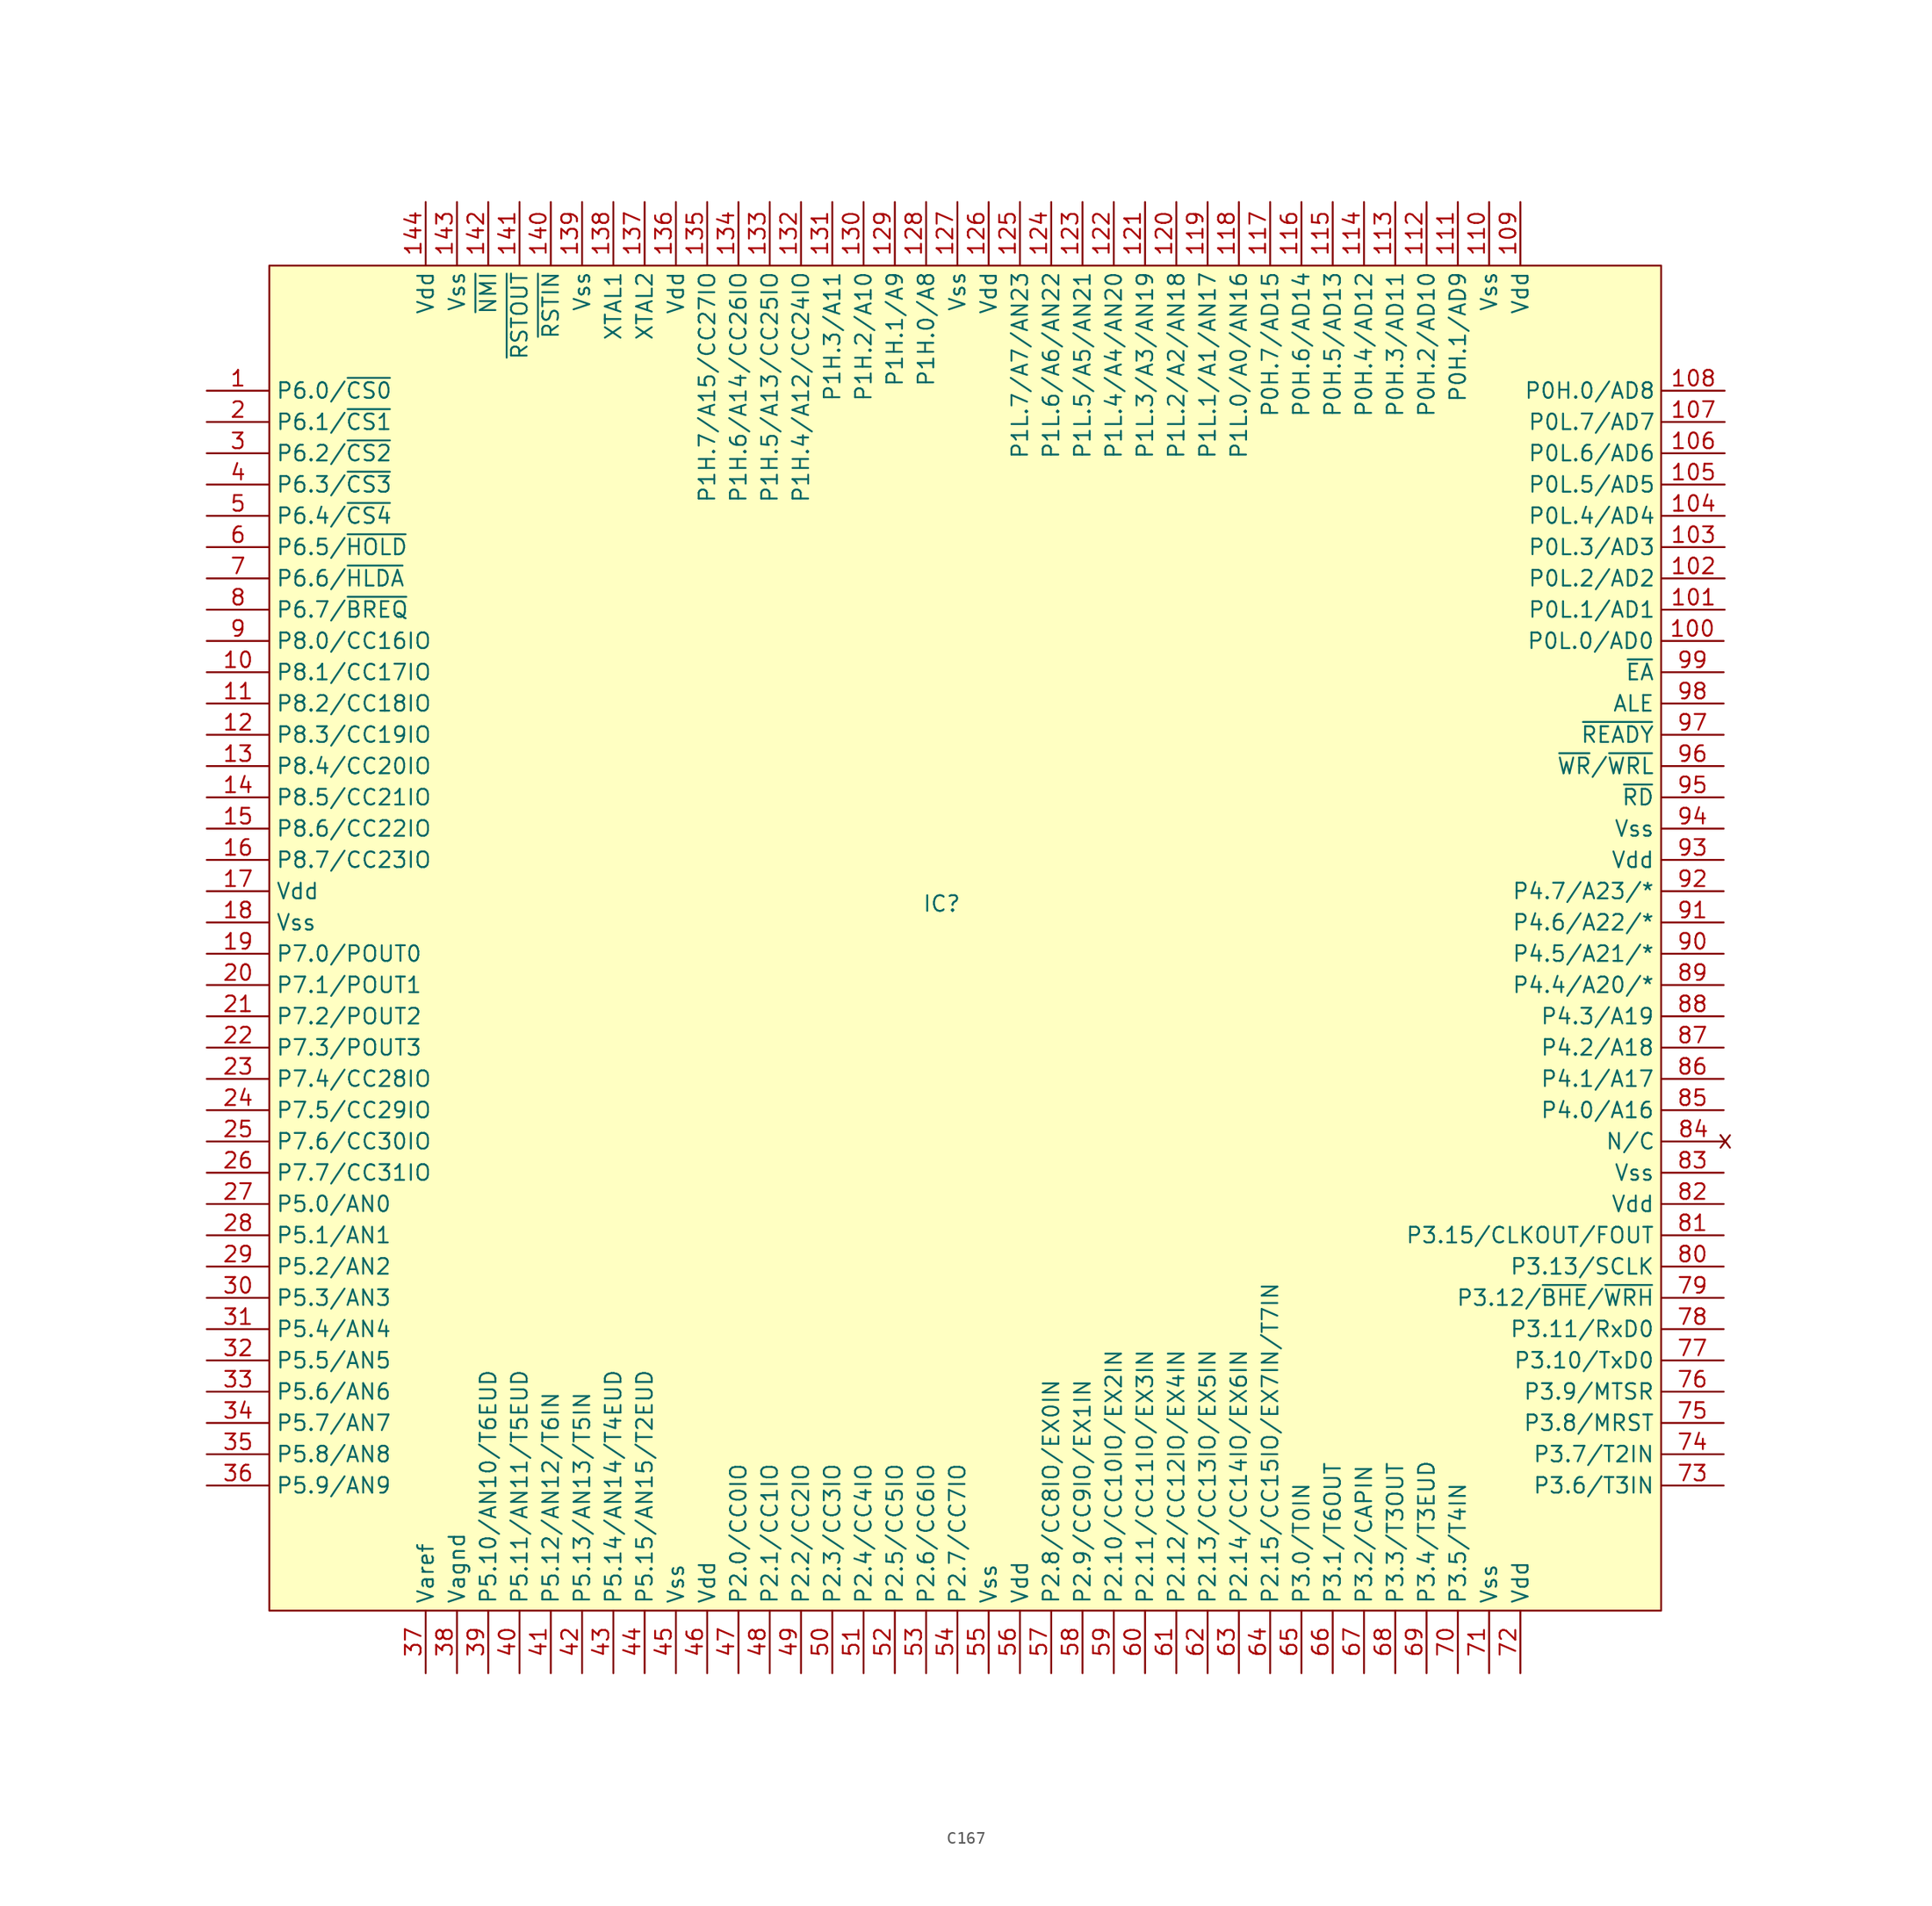
<source format=kicad_sym>
(kicad_symbol_lib
  (version 20241209)
  (generator "kicad_symbol_editor")
  (generator_version "9.0")
  (symbol "C167"
    (property "Reference" "IC"
      (at 39.37 -17.526 0)
      (effects (font (size 1.27 1.27))))
    (property "Value" ""
      (at 0 0 0)
      (effects (font (size 1.27 1.27))))
    (symbol "C167_0_1"
      (polyline (pts (xy 102.616 -36.322) (xy 102.616 -36.322)) (stroke (width 0) (type default)) (fill (type none)))
      (polyline (pts (xy 102.616 -36.322) (xy 103.378 -37.338)) (stroke (width 0) (type default)) (fill (type none)))
      (polyline (pts (xy 103.378 -36.322) (xy 102.616 -37.338)) (stroke (width 0) (type default)) (fill (type none))))
    (symbol "C167_1_1"
      (rectangle (start -15.24 34.29) (end 97.79 -74.93) (stroke (width 0) (type solid)) (fill (type color) (color 255 255 194 1)))
      (pin bidirectional line (at -20.32 24.13 0) (length 5.08) (name "P6.0/~{CS0}" (effects (font (size 1.27 1.27)))) (number "1" (effects (font (size 1.27 1.27)))))
      (pin bidirectional line (at -20.32 21.59 0) (length 5.08) (name "P6.1/~{CS1}" (effects (font (size 1.27 1.27)))) (number "2" (effects (font (size 1.27 1.27)))))
      (pin bidirectional line (at -20.32 19.05 0) (length 5.08) (name "P6.2/~{CS2}" (effects (font (size 1.27 1.27)))) (number "3" (effects (font (size 1.27 1.27)))))
      (pin bidirectional line (at -20.32 16.51 0) (length 5.08) (name "P6.3/~{CS3}" (effects (font (size 1.27 1.27)))) (number "4" (effects (font (size 1.27 1.27)))))
      (pin bidirectional line (at -20.32 13.97 0) (length 5.08) (name "P6.4/~{CS4}" (effects (font (size 1.27 1.27)))) (number "5" (effects (font (size 1.27 1.27)))))
      (pin bidirectional line (at -20.32 11.43 0) (length 5.08) (name "P6.5/~{HOLD}" (effects (font (size 1.27 1.27)))) (number "6" (effects (font (size 1.27 1.27)))))
      (pin bidirectional line (at -20.32 8.89 0) (length 5.08) (name "P6.6/~{HLDA}" (effects (font (size 1.27 1.27)))) (number "7" (effects (font (size 1.27 1.27)))))
      (pin bidirectional line (at -20.32 6.35 0) (length 5.08) (name "P6.7/~{BREQ}" (effects (font (size 1.27 1.27)))) (number "8" (effects (font (size 1.27 1.27)))))
      (pin bidirectional line (at -20.32 3.81 0) (length 5.08) (name "P8.0/CC16IO" (effects (font (size 1.27 1.27)))) (number "9" (effects (font (size 1.27 1.27)))))
      (pin bidirectional line (at -20.32 1.27 0) (length 5.08) (name "P8.1/CC17IO" (effects (font (size 1.27 1.27)))) (number "10" (effects (font (size 1.27 1.27)))))
      (pin bidirectional line (at -20.32 -1.27 0) (length 5.08) (name "P8.2/CC18IO" (effects (font (size 1.27 1.27)))) (number "11" (effects (font (size 1.27 1.27)))))
      (pin bidirectional line (at -20.32 -3.81 0) (length 5.08) (name "P8.3/CC19IO" (effects (font (size 1.27 1.27)))) (number "12" (effects (font (size 1.27 1.27)))))
      (pin bidirectional line (at -20.32 -6.35 0) (length 5.08) (name "P8.4/CC20IO" (effects (font (size 1.27 1.27)))) (number "13" (effects (font (size 1.27 1.27)))))
      (pin bidirectional line (at -20.32 -8.89 0) (length 5.08) (name "P8.5/CC21IO" (effects (font (size 1.27 1.27)))) (number "14" (effects (font (size 1.27 1.27)))))
      (pin bidirectional line (at -20.32 -11.43 0) (length 5.08) (name "P8.6/CC22IO" (effects (font (size 1.27 1.27)))) (number "15" (effects (font (size 1.27 1.27)))))
      (pin bidirectional line (at -20.32 -13.97 0) (length 5.08) (name "P8.7/CC23IO" (effects (font (size 1.27 1.27)))) (number "16" (effects (font (size 1.27 1.27)))))
      (pin bidirectional line (at -20.32 -16.51 0) (length 5.08) (name "Vdd" (effects (font (size 1.27 1.27)))) (number "17" (effects (font (size 1.27 1.27)))))
      (pin bidirectional line (at -20.32 -19.05 0) (length 5.08) (name "Vss" (effects (font (size 1.27 1.27)))) (number "18" (effects (font (size 1.27 1.27)))))
      (pin bidirectional line (at -20.32 -21.59 0) (length 5.08) (name "P7.0/POUT0" (effects (font (size 1.27 1.27)))) (number "19" (effects (font (size 1.27 1.27)))))
      (pin bidirectional line (at -20.32 -24.13 0) (length 5.08) (name "P7.1/POUT1" (effects (font (size 1.27 1.27)))) (number "20" (effects (font (size 1.27 1.27)))))
      (pin bidirectional line (at -20.32 -26.67 0) (length 5.08) (name "P7.2/POUT2" (effects (font (size 1.27 1.27)))) (number "21" (effects (font (size 1.27 1.27)))))
      (pin bidirectional line (at -20.32 -29.21 0) (length 5.08) (name "P7.3/POUT3" (effects (font (size 1.27 1.27)))) (number "22" (effects (font (size 1.27 1.27)))))
      (pin bidirectional line (at -20.32 -31.75 0) (length 5.08) (name "P7.4/CC28IO" (effects (font (size 1.27 1.27)))) (number "23" (effects (font (size 1.27 1.27)))))
      (pin bidirectional line (at -20.32 -34.29 0) (length 5.08) (name "P7.5/CC29IO" (effects (font (size 1.27 1.27)))) (number "24" (effects (font (size 1.27 1.27)))))
      (pin bidirectional line (at -20.32 -36.83 0) (length 5.08) (name "P7.6/CC30IO" (effects (font (size 1.27 1.27)))) (number "25" (effects (font (size 1.27 1.27)))))
      (pin bidirectional line (at -20.32 -39.37 0) (length 5.08) (name "P7.7/CC31IO" (effects (font (size 1.27 1.27)))) (number "26" (effects (font (size 1.27 1.27)))))
      (pin bidirectional line (at -20.32 -41.91 0) (length 5.08) (name "P5.0/AN0" (effects (font (size 1.27 1.27)))) (number "27" (effects (font (size 1.27 1.27)))))
      (pin bidirectional line (at -20.32 -44.45 0) (length 5.08) (name "P5.1/AN1" (effects (font (size 1.27 1.27)))) (number "28" (effects (font (size 1.27 1.27)))))
      (pin bidirectional line (at -20.32 -46.99 0) (length 5.08) (name "P5.2/AN2" (effects (font (size 1.27 1.27)))) (number "29" (effects (font (size 1.27 1.27)))))
      (pin bidirectional line (at -20.32 -49.53 0) (length 5.08) (name "P5.3/AN3" (effects (font (size 1.27 1.27)))) (number "30" (effects (font (size 1.27 1.27)))))
      (pin bidirectional line (at -20.32 -52.07 0) (length 5.08) (name "P5.4/AN4" (effects (font (size 1.27 1.27)))) (number "31" (effects (font (size 1.27 1.27)))))
      (pin bidirectional line (at -20.32 -54.61 0) (length 5.08) (name "P5.5/AN5" (effects (font (size 1.27 1.27)))) (number "32" (effects (font (size 1.27 1.27)))))
      (pin bidirectional line (at -20.32 -57.15 0) (length 5.08) (name "P5.6/AN6" (effects (font (size 1.27 1.27)))) (number "33" (effects (font (size 1.27 1.27)))))
      (pin bidirectional line (at -20.32 -59.69 0) (length 5.08) (name "P5.7/AN7" (effects (font (size 1.27 1.27)))) (number "34" (effects (font (size 1.27 1.27)))))
      (pin bidirectional line (at -20.32 -62.23 0) (length 5.08) (name "P5.8/AN8" (effects (font (size 1.27 1.27)))) (number "35" (effects (font (size 1.27 1.27)))))
      (pin bidirectional line (at -20.32 -64.77 0) (length 5.08) (name "P5.9/AN9" (effects (font (size 1.27 1.27)))) (number "36" (effects (font (size 1.27 1.27)))))
      (pin bidirectional line (at -2.54 39.45 270) (length 5.08) (name "Vdd" (effects (font (size 1.27 1.27)))) (number "144" (effects (font (size 1.27 1.27)))))
      (pin bidirectional line (at -2.54 -80.01 90) (length 5.08) (name "Varef" (effects (font (size 1.27 1.27)))) (number "37" (effects (font (size 1.27 1.27)))))
      (pin bidirectional line (at 0 39.45 270) (length 5.08) (name "Vss" (effects (font (size 1.27 1.27)))) (number "143" (effects (font (size 1.27 1.27)))))
      (pin bidirectional line (at 0 -80.01 90) (length 5.08) (name "Vagnd" (effects (font (size 1.27 1.27)))) (number "38" (effects (font (size 1.27 1.27)))))
      (pin bidirectional line (at 2.54 39.45 270) (length 5.08) (name "~{NMI}" (effects (font (size 1.27 1.27)))) (number "142" (effects (font (size 1.27 1.27)))))
      (pin bidirectional line (at 2.54 -80.01 90) (length 5.08) (name "P5.10/AN10/T6EUD" (effects (font (size 1.27 1.27)))) (number "39" (effects (font (size 1.27 1.27)))))
      (pin bidirectional line (at 5.08 39.45 270) (length 5.08) (name "~{RSTOUT}" (effects (font (size 1.27 1.27)))) (number "141" (effects (font (size 1.27 1.27)))))
      (pin bidirectional line (at 5.08 -80.01 90) (length 5.08) (name "P5.11/AN11/T5EUD" (effects (font (size 1.27 1.27)))) (number "40" (effects (font (size 1.27 1.27)))))
      (pin bidirectional line (at 7.62 39.45 270) (length 5.08) (name "~{RSTIN}" (effects (font (size 1.27 1.27)))) (number "140" (effects (font (size 1.27 1.27)))))
      (pin bidirectional line (at 7.62 -80.01 90) (length 5.08) (name "P5.12/AN12/T6IN" (effects (font (size 1.27 1.27)))) (number "41" (effects (font (size 1.27 1.27)))))
      (pin bidirectional line (at 10.16 39.45 270) (length 5.08) (name "Vss" (effects (font (size 1.27 1.27)))) (number "139" (effects (font (size 1.27 1.27)))))
      (pin bidirectional line (at 10.16 -80.01 90) (length 5.08) (name "P5.13/AN13/T5IN" (effects (font (size 1.27 1.27)))) (number "42" (effects (font (size 1.27 1.27)))))
      (pin bidirectional line (at 12.7 39.45 270) (length 5.08) (name "XTAL1" (effects (font (size 1.27 1.27)))) (number "138" (effects (font (size 1.27 1.27)))))
      (pin bidirectional line (at 12.7 -80.01 90) (length 5.08) (name "P5.14/AN14/T4EUD" (effects (font (size 1.27 1.27)))) (number "43" (effects (font (size 1.27 1.27)))))
      (pin bidirectional line (at 15.24 39.45 270) (length 5.08) (name "XTAL2" (effects (font (size 1.27 1.27)))) (number "137" (effects (font (size 1.27 1.27)))))
      (pin bidirectional line (at 15.24 -80.01 90) (length 5.08) (name "P5.15/AN15/T2EUD" (effects (font (size 1.27 1.27)))) (number "44" (effects (font (size 1.27 1.27)))))
      (pin bidirectional line (at 17.78 39.45 270) (length 5.08) (name "Vdd" (effects (font (size 1.27 1.27)))) (number "136" (effects (font (size 1.27 1.27)))))
      (pin bidirectional line (at 17.78 -80.01 90) (length 5.08) (name "Vss" (effects (font (size 1.27 1.27)))) (number "45" (effects (font (size 1.27 1.27)))))
      (pin bidirectional line (at 20.32 39.45 270) (length 5.08) (name "P1H.7/A15/CC27IO" (effects (font (size 1.27 1.27)))) (number "135" (effects (font (size 1.27 1.27)))))
      (pin bidirectional line (at 20.32 -80.01 90) (length 5.08) (name "Vdd" (effects (font (size 1.27 1.27)))) (number "46" (effects (font (size 1.27 1.27)))))
      (pin bidirectional line (at 22.86 39.45 270) (length 5.08) (name "P1H.6/A14/CC26IO" (effects (font (size 1.27 1.27)))) (number "134" (effects (font (size 1.27 1.27)))))
      (pin bidirectional line (at 22.86 -80.01 90) (length 5.08) (name "P2.0/CC0IO" (effects (font (size 1.27 1.27)))) (number "47" (effects (font (size 1.27 1.27)))))
      (pin bidirectional line (at 25.4 39.45 270) (length 5.08) (name "P1H.5/A13/CC25IO" (effects (font (size 1.27 1.27)))) (number "133" (effects (font (size 1.27 1.27)))))
      (pin bidirectional line (at 25.4 -80.01 90) (length 5.08) (name "P2.1/CC1IO" (effects (font (size 1.27 1.27)))) (number "48" (effects (font (size 1.27 1.27)))))
      (pin bidirectional line (at 27.94 39.45 270) (length 5.08) (name "P1H.4/A12/CC24IO" (effects (font (size 1.27 1.27)))) (number "132" (effects (font (size 1.27 1.27)))))
      (pin bidirectional line (at 27.94 -80.01 90) (length 5.08) (name "P2.2/CC2IO" (effects (font (size 1.27 1.27)))) (number "49" (effects (font (size 1.27 1.27)))))
      (pin bidirectional line (at 30.48 39.45 270) (length 5.08) (name "P1H.3/A11" (effects (font (size 1.27 1.27)))) (number "131" (effects (font (size 1.27 1.27)))))
      (pin bidirectional line (at 30.48 -80.01 90) (length 5.08) (name "P2.3/CC3IO" (effects (font (size 1.27 1.27)))) (number "50" (effects (font (size 1.27 1.27)))))
      (pin bidirectional line (at 33.02 39.45 270) (length 5.08) (name "P1H.2/A10" (effects (font (size 1.27 1.27)))) (number "130" (effects (font (size 1.27 1.27)))))
      (pin bidirectional line (at 33.02 -80.01 90) (length 5.08) (name "P2.4/CC4IO" (effects (font (size 1.27 1.27)))) (number "51" (effects (font (size 1.27 1.27)))))
      (pin bidirectional line (at 35.56 39.45 270) (length 5.08) (name "P1H.1/A9" (effects (font (size 1.27 1.27)))) (number "129" (effects (font (size 1.27 1.27)))))
      (pin bidirectional line (at 35.56 -80.01 90) (length 5.08) (name "P2.5/CC5IO" (effects (font (size 1.27 1.27)))) (number "52" (effects (font (size 1.27 1.27)))))
      (pin bidirectional line (at 38.1 39.45 270) (length 5.08) (name "P1H.0/A8" (effects (font (size 1.27 1.27)))) (number "128" (effects (font (size 1.27 1.27)))))
      (pin bidirectional line (at 38.1 -80.01 90) (length 5.08) (name "P2.6/CC6IO" (effects (font (size 1.27 1.27)))) (number "53" (effects (font (size 1.27 1.27)))))
      (pin bidirectional line (at 40.64 39.45 270) (length 5.08) (name "Vss" (effects (font (size 1.27 1.27)))) (number "127" (effects (font (size 1.27 1.27)))))
      (pin bidirectional line (at 40.64 -80.01 90) (length 5.08) (name "P2.7/CC7IO" (effects (font (size 1.27 1.27)))) (number "54" (effects (font (size 1.27 1.27)))))
      (pin bidirectional line (at 43.18 39.45 270) (length 5.08) (name "Vdd" (effects (font (size 1.27 1.27)))) (number "126" (effects (font (size 1.27 1.27)))))
      (pin bidirectional line (at 43.18 -80.01 90) (length 5.08) (name "Vss" (effects (font (size 1.27 1.27)))) (number "55" (effects (font (size 1.27 1.27)))))
      (pin bidirectional line (at 45.72 39.45 270) (length 5.08) (name "P1L.7/A7/AN23" (effects (font (size 1.27 1.27)))) (number "125" (effects (font (size 1.27 1.27)))))
      (pin bidirectional line (at 45.72 -80.01 90) (length 5.08) (name "Vdd" (effects (font (size 1.27 1.27)))) (number "56" (effects (font (size 1.27 1.27)))))
      (pin bidirectional line (at 48.26 39.45 270) (length 5.08) (name "P1L.6/A6/AN22" (effects (font (size 1.27 1.27)))) (number "124" (effects (font (size 1.27 1.27)))))
      (pin bidirectional line (at 48.26 -80.01 90) (length 5.08) (name "P2.8/CC8IO/EX0IN" (effects (font (size 1.27 1.27)))) (number "57" (effects (font (size 1.27 1.27)))))
      (pin bidirectional line (at 50.8 39.45 270) (length 5.08) (name "P1L.5/A5/AN21" (effects (font (size 1.27 1.27)))) (number "123" (effects (font (size 1.27 1.27)))))
      (pin bidirectional line (at 50.8 -80.01 90) (length 5.08) (name "P2.9/CC9IO/EX1IN" (effects (font (size 1.27 1.27)))) (number "58" (effects (font (size 1.27 1.27)))))
      (pin bidirectional line (at 53.34 39.45 270) (length 5.08) (name "P1L.4/A4/AN20" (effects (font (size 1.27 1.27)))) (number "122" (effects (font (size 1.27 1.27)))))
      (pin bidirectional line (at 53.34 -80.01 90) (length 5.08) (name "P2.10/CC10IO/EX2IN" (effects (font (size 1.27 1.27)))) (number "59" (effects (font (size 1.27 1.27)))))
      (pin bidirectional line (at 55.88 39.45 270) (length 5.08) (name "P1L.3/A3/AN19" (effects (font (size 1.27 1.27)))) (number "121" (effects (font (size 1.27 1.27)))))
      (pin bidirectional line (at 55.88 -80.01 90) (length 5.08) (name "P2.11/CC11IO/EX3IN" (effects (font (size 1.27 1.27)))) (number "60" (effects (font (size 1.27 1.27)))))
      (pin bidirectional line (at 58.42 39.45 270) (length 5.08) (name "P1L.2/A2/AN18" (effects (font (size 1.27 1.27)))) (number "120" (effects (font (size 1.27 1.27)))))
      (pin bidirectional line (at 58.42 -80.01 90) (length 5.08) (name "P2.12/CC12IO/EX4IN" (effects (font (size 1.27 1.27)))) (number "61" (effects (font (size 1.27 1.27)))))
      (pin bidirectional line (at 60.96 39.45 270) (length 5.08) (name "P1L.1/A1/AN17" (effects (font (size 1.27 1.27)))) (number "119" (effects (font (size 1.27 1.27)))))
      (pin bidirectional line (at 60.96 -80.01 90) (length 5.08) (name "P2.13/CC13IO/EX5IN" (effects (font (size 1.27 1.27)))) (number "62" (effects (font (size 1.27 1.27)))))
      (pin bidirectional line (at 63.5 39.45 270) (length 5.08) (name "P1L.0/A0/AN16" (effects (font (size 1.27 1.27)))) (number "118" (effects (font (size 1.27 1.27)))))
      (pin bidirectional line (at 63.5 -80.01 90) (length 5.08) (name "P2.14/CC14IO/EX6IN" (effects (font (size 1.27 1.27)))) (number "63" (effects (font (size 1.27 1.27)))))
      (pin bidirectional line (at 66.04 39.45 270) (length 5.08) (name "P0H.7/AD15" (effects (font (size 1.27 1.27)))) (number "117" (effects (font (size 1.27 1.27)))))
      (pin bidirectional line (at 66.04 -80.01 90) (length 5.08) (name "P2.15/CC15IO/EX7IN/T7IN" (effects (font (size 1.27 1.27)))) (number "64" (effects (font (size 1.27 1.27)))))
      (pin bidirectional line (at 68.58 39.45 270) (length 5.08) (name "P0H.6/AD14" (effects (font (size 1.27 1.27)))) (number "116" (effects (font (size 1.27 1.27)))))
      (pin bidirectional line (at 68.58 -80.01 90) (length 5.08) (name "P3.0/T0IN" (effects (font (size 1.27 1.27)))) (number "65" (effects (font (size 1.27 1.27)))))
      (pin bidirectional line (at 71.12 39.45 270) (length 5.08) (name "P0H.5/AD13" (effects (font (size 1.27 1.27)))) (number "115" (effects (font (size 1.27 1.27)))))
      (pin bidirectional line (at 71.12 -80.01 90) (length 5.08) (name "P3.1/T6OUT" (effects (font (size 1.27 1.27)))) (number "66" (effects (font (size 1.27 1.27)))))
      (pin bidirectional line (at 73.66 39.45 270) (length 5.08) (name "P0H.4/AD12" (effects (font (size 1.27 1.27)))) (number "114" (effects (font (size 1.27 1.27)))))
      (pin bidirectional line (at 73.66 -80.01 90) (length 5.08) (name "P3.2/CAPIN" (effects (font (size 1.27 1.27)))) (number "67" (effects (font (size 1.27 1.27)))))
      (pin bidirectional line (at 76.2 39.45 270) (length 5.08) (name "P0H.3/AD11" (effects (font (size 1.27 1.27)))) (number "113" (effects (font (size 1.27 1.27)))))
      (pin bidirectional line (at 76.2 -80.01 90) (length 5.08) (name "P3.3/T3OUT" (effects (font (size 1.27 1.27)))) (number "68" (effects (font (size 1.27 1.27)))))
      (pin bidirectional line (at 78.74 39.45 270) (length 5.08) (name "P0H.2/AD10" (effects (font (size 1.27 1.27)))) (number "112" (effects (font (size 1.27 1.27)))))
      (pin bidirectional line (at 78.74 -80.01 90) (length 5.08) (name "P3.4/T3EUD" (effects (font (size 1.27 1.27)))) (number "69" (effects (font (size 1.27 1.27)))))
      (pin bidirectional line (at 81.28 39.45 270) (length 5.08) (name "P0H.1/AD9" (effects (font (size 1.27 1.27)))) (number "111" (effects (font (size 1.27 1.27)))))
      (pin bidirectional line (at 81.28 -80.01 90) (length 5.08) (name "P3.5/T4IN" (effects (font (size 1.27 1.27)))) (number "70" (effects (font (size 1.27 1.27)))))
      (pin bidirectional line (at 83.82 39.45 270) (length 5.08) (name "Vss" (effects (font (size 1.27 1.27)))) (number "110" (effects (font (size 1.27 1.27)))))
      (pin bidirectional line (at 83.82 -80.01 90) (length 5.08) (name "Vss" (effects (font (size 1.27 1.27)))) (number "71" (effects (font (size 1.27 1.27)))))
      (pin bidirectional line (at 86.36 39.45 270) (length 5.08) (name "Vdd" (effects (font (size 1.27 1.27)))) (number "109" (effects (font (size 1.27 1.27)))))
      (pin bidirectional line (at 86.36 -80.01 90) (length 5.08) (name "Vdd" (effects (font (size 1.27 1.27)))) (number "72" (effects (font (size 1.27 1.27)))))
      (pin bidirectional line (at 102.87 3.81 180) (length 5.08) (name "P0L.0/AD0" (effects (font (size 1.27 1.27)))) (number "100" (effects (font (size 1.27 1.27)))))
      (pin bidirectional line (at 102.87 1.27 180) (length 5.08) (name "~{EA}" (effects (font (size 1.27 1.27)))) (number "99" (effects (font (size 1.27 1.27)))))
      (pin bidirectional line (at 102.87 -1.27 180) (length 5.08) (name "ALE" (effects (font (size 1.27 1.27)))) (number "98" (effects (font (size 1.27 1.27)))))
      (pin bidirectional line (at 102.87 -3.81 180) (length 5.08) (name "~{READY}" (effects (font (size 1.27 1.27)))) (number "97" (effects (font (size 1.27 1.27)))))
      (pin bidirectional line (at 102.87 -6.35 180) (length 5.08) (name "~{WR}/~{WRL}" (effects (font (size 1.27 1.27)))) (number "96" (effects (font (size 1.27 1.27)))))
      (pin bidirectional line (at 102.87 -8.89 180) (length 5.08) (name "~{RD}" (effects (font (size 1.27 1.27)))) (number "95" (effects (font (size 1.27 1.27)))))
      (pin bidirectional line (at 102.87 -11.43 180) (length 5.08) (name "Vss" (effects (font (size 1.27 1.27)))) (number "94" (effects (font (size 1.27 1.27)))))
      (pin bidirectional line (at 102.87 -13.97 180) (length 5.08) (name "Vdd" (effects (font (size 1.27 1.27)))) (number "93" (effects (font (size 1.27 1.27)))))
      (pin bidirectional line (at 102.87 -16.51 180) (length 5.08) (name "P4.7/A23/*" (effects (font (size 1.27 1.27)))) (number "92" (effects (font (size 1.27 1.27)))))
      (pin bidirectional line (at 102.87 -19.05 180) (length 5.08) (name "P4.6/A22/*" (effects (font (size 1.27 1.27)))) (number "91" (effects (font (size 1.27 1.27)))))
      (pin bidirectional line (at 102.87 -21.59 180) (length 5.08) (name "P4.5/A21/*" (effects (font (size 1.27 1.27)))) (number "90" (effects (font (size 1.27 1.27)))))
      (pin bidirectional line (at 102.87 -24.13 180) (length 5.08) (name "P4.4/A20/*" (effects (font (size 1.27 1.27)))) (number "89" (effects (font (size 1.27 1.27)))))
      (pin bidirectional line (at 102.87 -26.67 180) (length 5.08) (name "P4.3/A19" (effects (font (size 1.27 1.27)))) (number "88" (effects (font (size 1.27 1.27)))))
      (pin bidirectional line (at 102.87 -29.21 180) (length 5.08) (name "P4.2/A18" (effects (font (size 1.27 1.27)))) (number "87" (effects (font (size 1.27 1.27)))))
      (pin bidirectional line (at 102.87 -31.75 180) (length 5.08) (name "P4.1/A17" (effects (font (size 1.27 1.27)))) (number "86" (effects (font (size 1.27 1.27)))))
      (pin bidirectional line (at 102.87 -34.29 180) (length 5.08) (name "P4.0/A16" (effects (font (size 1.27 1.27)))) (number "85" (effects (font (size 1.27 1.27)))))
      (pin bidirectional line (at 102.87 -39.37 180) (length 5.08) (name "Vss" (effects (font (size 1.27 1.27)))) (number "83" (effects (font (size 1.27 1.27)))))
      (pin bidirectional line (at 102.87 -41.91 180) (length 5.08) (name "Vdd" (effects (font (size 1.27 1.27)))) (number "82" (effects (font (size 1.27 1.27)))))
      (pin bidirectional line (at 102.87 -44.45 180) (length 5.08) (name "P3.15/CLKOUT/FOUT" (effects (font (size 1.27 1.27)))) (number "81" (effects (font (size 1.27 1.27)))))
      (pin bidirectional line (at 102.87 -46.99 180) (length 5.08) (name "P3.13/SCLK" (effects (font (size 1.27 1.27)))) (number "80" (effects (font (size 1.27 1.27)))))
      (pin bidirectional line (at 102.87 -49.53 180) (length 5.08) (name "P3.12/~{BHE}/~{WRH}" (effects (font (size 1.27 1.27)))) (number "79" (effects (font (size 1.27 1.27)))))
      (pin bidirectional line (at 102.87 -52.07 180) (length 5.08) (name "P3.11/RxD0" (effects (font (size 1.27 1.27)))) (number "78" (effects (font (size 1.27 1.27)))))
      (pin bidirectional line (at 102.87 -54.61 180) (length 5.08) (name "P3.10/TxD0" (effects (font (size 1.27 1.27)))) (number "77" (effects (font (size 1.27 1.27)))))
      (pin bidirectional line (at 102.87 -57.15 180) (length 5.08) (name "P3.9/MTSR" (effects (font (size 1.27 1.27)))) (number "76" (effects (font (size 1.27 1.27)))))
      (pin bidirectional line (at 102.87 -59.69 180) (length 5.08) (name "P3.8/MRST" (effects (font (size 1.27 1.27)))) (number "75" (effects (font (size 1.27 1.27)))))
      (pin bidirectional line (at 102.87 -62.23 180) (length 5.08) (name "P3.7/T2IN" (effects (font (size 1.27 1.27)))) (number "74" (effects (font (size 1.27 1.27)))))
      (pin bidirectional line (at 102.87 -64.77 180) (length 5.08) (name "P3.6/T3IN" (effects (font (size 1.27 1.27)))) (number "73" (effects (font (size 1.27 1.27)))))
      (pin bidirectional line (at 102.95 24.13 180) (length 5.08) (name "P0H.0/AD8" (effects (font (size 1.27 1.27)))) (number "108" (effects (font (size 1.27 1.27)))))
      (pin bidirectional line (at 102.95 21.59 180) (length 5.08) (name "P0L.7/AD7" (effects (font (size 1.27 1.27)))) (number "107" (effects (font (size 1.27 1.27)))))
      (pin bidirectional line (at 102.95 19.05 180) (length 5.08) (name "P0L.6/AD6" (effects (font (size 1.27 1.27)))) (number "106" (effects (font (size 1.27 1.27)))))
      (pin bidirectional line (at 102.95 16.51 180) (length 5.08) (name "P0L.5/AD5" (effects (font (size 1.27 1.27)))) (number "105" (effects (font (size 1.27 1.27)))))
      (pin bidirectional line (at 102.95 13.97 180) (length 5.08) (name "P0L.4/AD4" (effects (font (size 1.27 1.27)))) (number "104" (effects (font (size 1.27 1.27)))))
      (pin bidirectional line (at 102.95 11.43 180) (length 5.08) (name "P0L.3/AD3" (effects (font (size 1.27 1.27)))) (number "103" (effects (font (size 1.27 1.27)))))
      (pin bidirectional line (at 102.95 8.89 180) (length 5.08) (name "P0L.2/AD2" (effects (font (size 1.27 1.27)))) (number "102" (effects (font (size 1.27 1.27)))))
      (pin bidirectional line (at 102.95 6.35 180) (length 5.08) (name "P0L.1/AD1" (effects (font (size 1.27 1.27)))) (number "101" (effects (font (size 1.27 1.27)))))
      (pin bidirectional line (at 102.95 -36.83 180) (length 5.08) (name "N/C" (effects (font (size 1.27 1.27)))) (number "84" (effects (font (size 1.27 1.27))))))))
</source>
